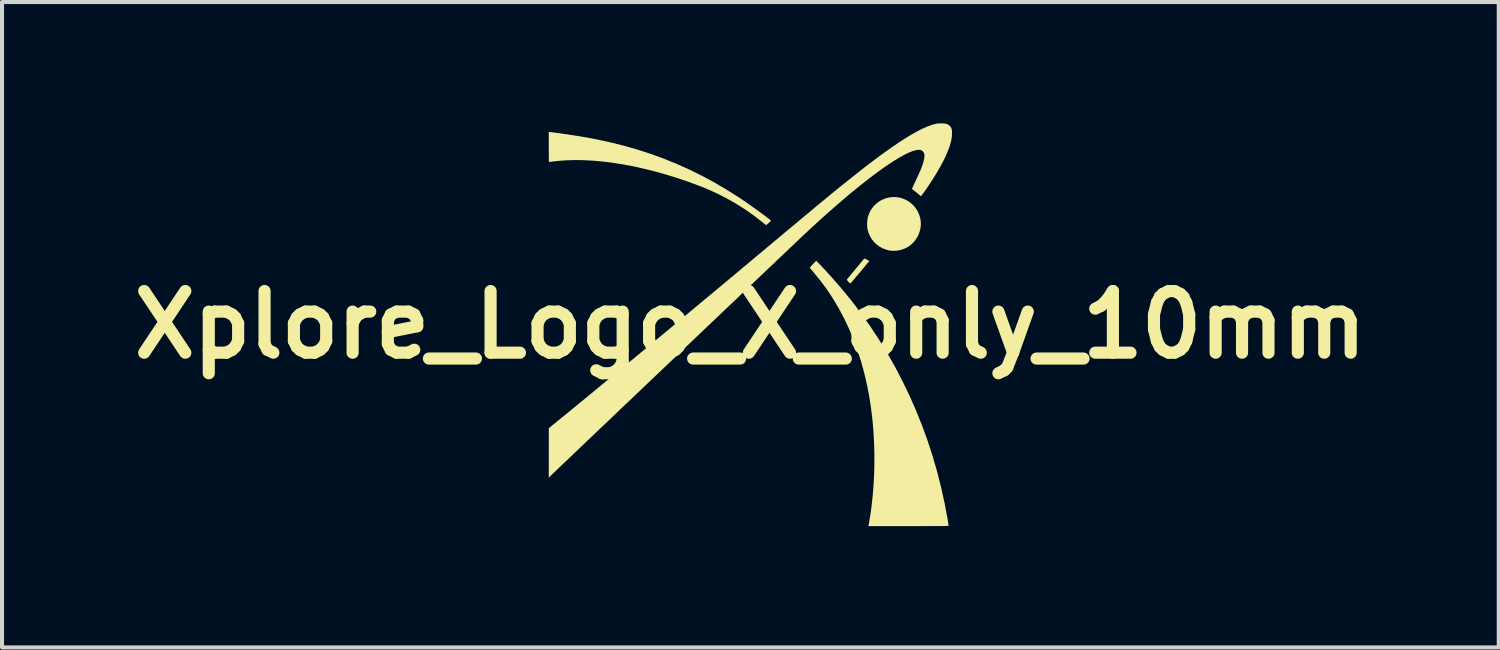
<source format=kicad_pcb>
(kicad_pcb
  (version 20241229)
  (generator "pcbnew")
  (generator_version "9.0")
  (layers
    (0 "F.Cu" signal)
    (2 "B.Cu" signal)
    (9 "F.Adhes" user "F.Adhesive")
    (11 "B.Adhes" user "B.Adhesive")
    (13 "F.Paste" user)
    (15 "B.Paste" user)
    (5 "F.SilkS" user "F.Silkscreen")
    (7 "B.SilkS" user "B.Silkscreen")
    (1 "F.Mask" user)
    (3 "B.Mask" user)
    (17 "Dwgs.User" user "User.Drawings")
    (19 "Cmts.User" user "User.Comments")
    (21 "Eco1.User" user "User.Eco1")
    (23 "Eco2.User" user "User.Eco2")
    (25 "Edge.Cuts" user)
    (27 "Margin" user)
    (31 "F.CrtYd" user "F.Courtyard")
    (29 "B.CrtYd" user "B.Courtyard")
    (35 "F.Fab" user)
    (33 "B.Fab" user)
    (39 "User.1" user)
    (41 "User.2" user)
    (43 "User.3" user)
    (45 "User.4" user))
  (footprint "Xplore_Logo_X_only_10mm"
    (layer "F.Cu")
    (at 15.501 4.98)
    (property "Reference" "Xplore_Logo_X_only_10mm" (at 0 0 0) (layer "F.SilkS") (effects (font (size 1.524 1.524) (thickness 0.3))))
    (attr board_only exclude_from_pos_files exclude_from_bom)
    (fp_poly (pts (xy 2.859 -1.622) (xy 2.884 -1.61) (xy 2.907 -1.597) (xy 2.92 -1.59) (xy 2.94 -1.577) (xy 2.709 -1.299) (xy 2.665 -1.247) (xy 2.623 -1.197) (xy 2.585 -1.152) (xy 2.551 -1.111) (xy 2.522 -1.077) (xy 2.499 -1.05) (xy 2.483 -1.031) (xy 2.474 -1.021) (xy 2.472 -1.02) (xy 2.466 -1.024) (xy 2.452 -1.035) (xy 2.434 -1.053) (xy 2.424 -1.063) (xy 2.404 -1.086) (xy 2.39 -1.104) (xy 2.385 -1.115) (xy 2.386 -1.117) (xy 2.39 -1.124) (xy 2.403 -1.14) (xy 2.423 -1.165) (xy 2.449 -1.197) (xy 2.481 -1.235) (xy 2.516 -1.278) (xy 2.556 -1.326) (xy 2.598 -1.377) (xy 2.604 -1.384) (xy 2.819 -1.642)) (stroke (width 0) (type solid)) (fill yes) (layer "F.SilkS"))
    (fp_poly (pts (xy 3.595 -3.158) (xy 3.682 -3.146) (xy 3.767 -3.122) (xy 3.848 -3.088) (xy 3.924 -3.043) (xy 3.995 -2.988) (xy 4.057 -2.922) (xy 4.112 -2.848) (xy 4.138 -2.802) (xy 4.176 -2.716) (xy 4.202 -2.626) (xy 4.214 -2.535) (xy 4.213 -2.444) (xy 4.199 -2.353) (xy 4.171 -2.263) (xy 4.145 -2.203) (xy 4.097 -2.119) (xy 4.039 -2.045) (xy 3.973 -1.981) (xy 3.898 -1.927) (xy 3.814 -1.884) (xy 3.722 -1.852) (xy 3.702 -1.846) (xy 3.663 -1.839) (xy 3.617 -1.833) (xy 3.567 -1.83) (xy 3.518 -1.829) (xy 3.476 -1.831) (xy 3.46 -1.833) (xy 3.365 -1.855) (xy 3.276 -1.888) (xy 3.194 -1.932) (xy 3.12 -1.986) (xy 3.054 -2.05) (xy 2.998 -2.122) (xy 2.952 -2.202) (xy 2.916 -2.29) (xy 2.895 -2.37) (xy 2.888 -2.422) (xy 2.886 -2.482) (xy 2.888 -2.544) (xy 2.894 -2.605) (xy 2.904 -2.659) (xy 2.909 -2.677) (xy 2.942 -2.768) (xy 2.987 -2.851) (xy 3.043 -2.926) (xy 3.108 -2.992) (xy 3.183 -3.049) (xy 3.243 -3.084) (xy 3.329 -3.121) (xy 3.417 -3.146) (xy 3.506 -3.158)) (stroke (width 0) (type solid)) (fill yes) (layer "F.SilkS"))
    (fp_poly (pts (xy 1.669 -1.54) (xy 1.728 -1.48) (xy 1.794 -1.411) (xy 1.866 -1.334) (xy 1.942 -1.251) (xy 2.021 -1.163) (xy 2.101 -1.072) (xy 2.182 -0.979) (xy 2.261 -0.886) (xy 2.338 -0.794) (xy 2.411 -0.705) (xy 2.479 -0.621) (xy 2.495 -0.601) (xy 2.735 -0.285) (xy 2.965 0.039) (xy 3.183 0.37) (xy 3.389 0.709) (xy 3.585 1.054) (xy 3.768 1.406) (xy 3.94 1.764) (xy 4.1 2.128) (xy 4.248 2.498) (xy 4.384 2.873) (xy 4.508 3.253) (xy 4.619 3.638) (xy 4.718 4.028) (xy 4.804 4.421) (xy 4.871 4.78) (xy 4.88 4.828) (xy 4.887 4.872) (xy 4.893 4.91) (xy 4.898 4.94) (xy 4.901 4.96) (xy 4.902 4.968) (xy 4.9 4.97) (xy 4.892 4.971) (xy 4.878 4.972) (xy 4.859 4.972) (xy 4.832 4.973) (xy 4.798 4.974) (xy 4.755 4.975) (xy 4.705 4.975) (xy 4.645 4.976) (xy 4.575 4.976) (xy 4.495 4.976) (xy 4.405 4.976) (xy 4.303 4.977) (xy 4.189 4.977) (xy 4.063 4.977) (xy 3.924 4.977) (xy 2.918 4.977) (xy 2.922 4.955) (xy 2.929 4.922) (xy 2.936 4.879) (xy 2.945 4.827) (xy 2.954 4.771) (xy 2.964 4.713) (xy 2.973 4.655) (xy 2.981 4.6) (xy 2.988 4.551) (xy 2.991 4.529) (xy 3.025 4.216) (xy 3.05 3.9) (xy 3.064 3.583) (xy 3.067 3.265) (xy 3.06 2.949) (xy 3.043 2.635) (xy 3.016 2.326) (xy 2.978 2.021) (xy 2.93 1.724) (xy 2.889 1.511) (xy 2.82 1.211) (xy 2.741 0.921) (xy 2.651 0.639) (xy 2.551 0.366) (xy 2.441 0.102) (xy 2.32 -0.154) (xy 2.189 -0.4) (xy 2.048 -0.639) (xy 1.896 -0.869) (xy 1.733 -1.09) (xy 1.56 -1.302) (xy 1.546 -1.319) (xy 1.466 -1.412) (xy 1.625 -1.583)) (stroke (width 0) (type solid)) (fill yes) (layer "F.SilkS"))
    (fp_poly (pts (xy -4.952 -4.765) (xy -4.924 -4.762) (xy -4.887 -4.758) (xy -4.84 -4.752) (xy -4.785 -4.744) (xy -4.724 -4.736) (xy -4.659 -4.727) (xy -4.591 -4.717) (xy -4.52 -4.707) (xy -4.45 -4.696) (xy -4.381 -4.686) (xy -4.314 -4.675) (xy -4.252 -4.666) (xy -4.195 -4.656) (xy -4.179 -4.654) (xy -3.819 -4.588) (xy -3.467 -4.512) (xy -3.125 -4.427) (xy -2.79 -4.331) (xy -2.462 -4.225) (xy -2.141 -4.108) (xy -1.825 -3.98) (xy -1.515 -3.841) (xy -1.209 -3.69) (xy -0.906 -3.528) (xy -0.607 -3.353) (xy -0.311 -3.167) (xy -0.21 -3.101) (xy -0.16 -3.066) (xy -0.103 -3.027) (xy -0.042 -2.985) (xy 0.022 -2.94) (xy 0.087 -2.893) (xy 0.153 -2.846) (xy 0.217 -2.799) (xy 0.278 -2.754) (xy 0.335 -2.712) (xy 0.387 -2.673) (xy 0.432 -2.639) (xy 0.468 -2.611) (xy 0.492 -2.591) (xy 0.513 -2.573) (xy 0.455 -2.519) (xy 0.432 -2.498) (xy 0.412 -2.481) (xy 0.397 -2.469) (xy 0.39 -2.465) (xy 0.383 -2.47) (xy 0.367 -2.481) (xy 0.345 -2.498) (xy 0.319 -2.519) (xy 0.306 -2.53) (xy 0.113 -2.681) (xy -0.09 -2.826) (xy -0.303 -2.963) (xy -0.523 -3.092) (xy -0.75 -3.211) (xy -0.982 -3.32) (xy -1.218 -3.419) (xy -1.256 -3.433) (xy -1.534 -3.536) (xy -1.81 -3.629) (xy -2.083 -3.714) (xy -2.354 -3.79) (xy -2.622 -3.857) (xy -2.885 -3.916) (xy -3.144 -3.965) (xy -3.398 -4.005) (xy -3.646 -4.036) (xy -3.888 -4.058) (xy -4.124 -4.07) (xy -4.351 -4.073) (xy -4.571 -4.066) (xy -4.783 -4.049) (xy -4.889 -4.036) (xy -4.921 -4.032) (xy -4.948 -4.029) (xy -4.967 -4.027) (xy -4.975 -4.026) (xy -4.977 -4.028) (xy -4.978 -4.036) (xy -4.98 -4.049) (xy -4.981 -4.069) (xy -4.982 -4.096) (xy -4.982 -4.133) (xy -4.983 -4.179) (xy -4.983 -4.236) (xy -4.984 -4.304) (xy -4.984 -4.385) (xy -4.984 -4.396) (xy -4.984 -4.766) (xy -4.967 -4.766)) (stroke (width 0) (type solid)) (fill yes) (layer "F.SilkS"))
    (fp_poly (pts (xy 4.767 -4.979) (xy 4.81 -4.975) (xy 4.846 -4.967) (xy 4.876 -4.955) (xy 4.904 -4.939) (xy 4.91 -4.934) (xy 4.938 -4.91) (xy 4.958 -4.884) (xy 4.972 -4.854) (xy 4.981 -4.817) (xy 4.986 -4.772) (xy 4.986 -4.729) (xy 4.982 -4.654) (xy 4.969 -4.573) (xy 4.948 -4.485) (xy 4.918 -4.389) (xy 4.878 -4.286) (xy 4.83 -4.173) (xy 4.804 -4.118) (xy 4.762 -4.034) (xy 4.713 -3.942) (xy 4.658 -3.844) (xy 4.598 -3.742) (xy 4.534 -3.638) (xy 4.467 -3.534) (xy 4.4 -3.432) (xy 4.333 -3.334) (xy 4.267 -3.243) (xy 4.24 -3.207) (xy 4.219 -3.178) (xy 4.168 -3.22) (xy 4.14 -3.243) (xy 4.107 -3.271) (xy 4.073 -3.298) (xy 4.055 -3.313) (xy 3.994 -3.363) (xy 4.025 -3.428) (xy 4.066 -3.516) (xy 4.104 -3.598) (xy 4.138 -3.671) (xy 4.168 -3.737) (xy 4.193 -3.793) (xy 4.212 -3.839) (xy 4.225 -3.87) (xy 4.257 -3.956) (xy 4.28 -4.033) (xy 4.296 -4.1) (xy 4.303 -4.157) (xy 4.303 -4.205) (xy 4.298 -4.228) (xy 4.285 -4.259) (xy 4.264 -4.287) (xy 4.238 -4.309) (xy 4.225 -4.316) (xy 4.186 -4.325) (xy 4.138 -4.325) (xy 4.082 -4.315) (xy 4.016 -4.296) (xy 3.943 -4.268) (xy 3.862 -4.231) (xy 3.773 -4.185) (xy 3.677 -4.131) (xy 3.574 -4.068) (xy 3.464 -3.998) (xy 3.348 -3.919) (xy 3.226 -3.833) (xy 3.097 -3.739) (xy 2.963 -3.638) (xy 2.824 -3.53) (xy 2.679 -3.415) (xy 2.53 -3.294) (xy 2.376 -3.166) (xy 2.219 -3.032) (xy 2.057 -2.891) (xy 1.891 -2.745) (xy 1.722 -2.593) (xy 1.55 -2.436) (xy 1.376 -2.274) (xy 1.282 -2.186) (xy 1.238 -2.144) (xy 1.186 -2.095) (xy 1.126 -2.038) (xy 1.058 -1.973) (xy 0.982 -1.902) (xy 0.9 -1.823) (xy 0.811 -1.738) (xy 0.715 -1.648) (xy 0.613 -1.551) (xy 0.506 -1.449) (xy 0.393 -1.342) (xy 0.275 -1.229) (xy 0.152 -1.113) (xy 0.025 -0.992) (xy -0.107 -0.867) (xy -0.242 -0.739) (xy -0.38 -0.607) (xy -0.522 -0.472) (xy -0.666 -0.335) (xy -0.813 -0.195) (xy -0.962 -0.054) (xy -1.113 0.09) (xy -1.265 0.234) (xy -1.418 0.38) (xy -1.572 0.527) (xy -1.726 0.673) (xy -1.881 0.821) (xy -2.035 0.967) (xy -2.189 1.114) (xy -2.342 1.259) (xy -2.494 1.404) (xy -2.644 1.547) (xy -2.792 1.688) (xy -2.938 1.827) (xy -3.082 1.963) (xy -3.223 2.097) (xy -3.36 2.228) (xy -3.494 2.356) (xy -3.624 2.48) (xy -3.75 2.6) (xy -3.871 2.715) (xy -3.988 2.826) (xy -4.099 2.932) (xy -4.205 3.033) (xy -4.305 3.129) (xy -4.399 3.218) (xy -4.486 3.301) (xy -4.567 3.378) (xy -4.64 3.448) (xy -4.706 3.51) (xy -4.763 3.566) (xy -4.813 3.613) (xy -4.854 3.653) (xy -4.887 3.684) (xy -4.91 3.706) (xy -4.924 3.719) (xy -4.924 3.72) (xy -4.984 3.778) (xy -4.983 2.556) (xy -4.588 2.234) (xy -4.292 1.992) (xy -3.987 1.741) (xy -3.671 1.481) (xy -3.345 1.213) (xy -3.008 0.935) (xy -2.662 0.649) (xy -2.305 0.353) (xy -1.939 0.049) (xy -1.562 -0.265) (xy -1.175 -0.587) (xy -0.777 -0.918) (xy -0.37 -1.258) (xy 0.048 -1.608) (xy 0.139 -1.684) (xy 0.304 -1.822) (xy 0.459 -1.951) (xy 0.604 -2.073) (xy 0.74 -2.186) (xy 0.867 -2.293) (xy 0.986 -2.392) (xy 1.098 -2.485) (xy 1.201 -2.572) (xy 1.298 -2.653) (xy 1.389 -2.728) (xy 1.473 -2.798) (xy 1.551 -2.863) (xy 1.624 -2.924) (xy 1.693 -2.981) (xy 1.756 -3.034) (xy 1.816 -3.083) (xy 1.873 -3.13) (xy 1.926 -3.173) (xy 1.976 -3.215) (xy 2.024 -3.254) (xy 2.071 -3.292) (xy 2.115 -3.328) (xy 2.159 -3.364) (xy 2.202 -3.399) (xy 2.246 -3.433) (xy 2.289 -3.468) (xy 2.333 -3.503) (xy 2.378 -3.54) (xy 2.425 -3.577) (xy 2.431 -3.581) (xy 2.508 -3.643) (xy 2.576 -3.697) (xy 2.636 -3.745) (xy 2.69 -3.787) (xy 2.739 -3.826) (xy 2.785 -3.862) (xy 2.829 -3.896) (xy 2.872 -3.93) (xy 2.917 -3.964) (xy 2.964 -3.999) (xy 3.016 -4.038) (xy 3.059 -4.071) (xy 3.227 -4.196) (xy 3.387 -4.311) (xy 3.538 -4.417) (xy 3.68 -4.513) (xy 3.814 -4.6) (xy 3.94 -4.678) (xy 4.059 -4.746) (xy 4.169 -4.806) (xy 4.273 -4.857) (xy 4.369 -4.899) (xy 4.458 -4.933) (xy 4.539 -4.957) (xy 4.576 -4.967) (xy 4.606 -4.973) (xy 4.635 -4.977) (xy 4.667 -4.979) (xy 4.707 -4.98) (xy 4.712 -4.98)) (stroke (width 0) (type solid)) (fill yes) (layer "F.SilkS")))
  (gr_rect
    (start -3 -3)
    (end 34.003 12.956)
    (stroke (width 0.1) (type default))
    (fill no)
    (layer "Edge.Cuts")))
</source>
